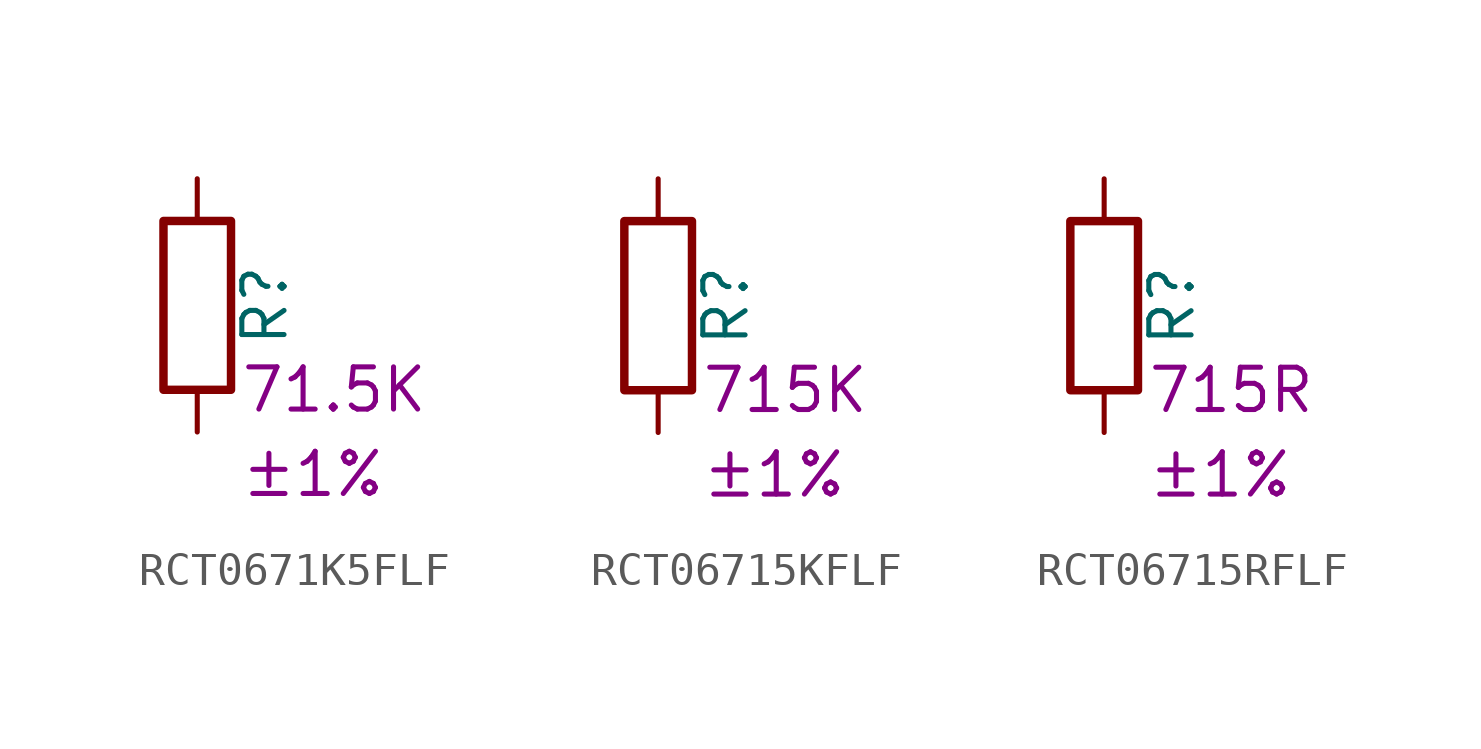
<source format=kicad_sym>
(kicad_symbol_lib
  (version 20220914)
  (generator kicad_symbol_editor)
  (symbol "RCT0671K5FLF"
    (pin_numbers hide)
    (pin_names
      (offset 0))
    (property "Reference" "R"
      (at 2.032 0 90)
      (effects (font (size 1.27 1.27))))
    (property "Resistance" "71.5K"
      (at 1.27 -2.54 0)
      (effects (font (size 1.27 1.27)) (justify left)))
    (property "Tolerance" "±1%"
      (at 1.27 -5.08 0)
      (effects (font (size 1.27 1.27)) (justify left)))
    (symbol "RCT0671K5FLF_0_1"
      (rectangle (start -1.016 -2.54) (end 1.016 2.54) (stroke (width 0.254) (type default)) (fill (type none))))
    (symbol "RCT0671K5FLF_1_1"
      (pin passive line (at 0 3.81 270) (length 1.27) (name "~" (effects (font (size 1.27 1.27)))) (number "1" (effects (font (size 1.27 1.27)))))
      (pin passive line (at 0 -3.81 90) (length 1.27) (name "~" (effects (font (size 1.27 1.27)))) (number "2" (effects (font (size 1.27 1.27)))))))
  (symbol "RCT06715KFLF"
    (pin_numbers hide)
    (pin_names
      (offset 0))
    (property "Reference" "R"
      (at 2.032 0 90)
      (effects (font (size 1.27 1.27))))
    (property "Resistance" "715K"
      (at 1.27 -2.54 0)
      (effects (font (size 1.27 1.27)) (justify left)))
    (property "Tolerance" "±1%"
      (at 1.27 -5.08 0)
      (effects (font (size 1.27 1.27)) (justify left)))
    (symbol "RCT06715KFLF_0_1"
      (rectangle (start -1.016 -2.54) (end 1.016 2.54) (stroke (width 0.254) (type default)) (fill (type none))))
    (symbol "RCT06715KFLF_1_1"
      (pin passive line (at 0 3.81 270) (length 1.27) (name "~" (effects (font (size 1.27 1.27)))) (number "1" (effects (font (size 1.27 1.27)))))
      (pin passive line (at 0 -3.81 90) (length 1.27) (name "~" (effects (font (size 1.27 1.27)))) (number "2" (effects (font (size 1.27 1.27)))))))
  (symbol "RCT06715RFLF"
    (pin_numbers hide)
    (pin_names
      (offset 0))
    (property "Reference" "R"
      (at 2.032 0 90)
      (effects (font (size 1.27 1.27))))
    (property "Resistance" "715R"
      (at 1.27 -2.54 0)
      (effects (font (size 1.27 1.27)) (justify left)))
    (property "Tolerance" "±1%"
      (at 1.27 -5.08 0)
      (effects (font (size 1.27 1.27)) (justify left)))
    (symbol "RCT06715RFLF_0_1"
      (rectangle (start -1.016 -2.54) (end 1.016 2.54) (stroke (width 0.254) (type default)) (fill (type none))))
    (symbol "RCT06715RFLF_1_1"
      (pin passive line (at 0 3.81 270) (length 1.27) (name "~" (effects (font (size 1.27 1.27)))) (number "1" (effects (font (size 1.27 1.27)))))
      (pin passive line (at 0 -3.81 90) (length 1.27) (name "~" (effects (font (size 1.27 1.27)))) (number "2" (effects (font (size 1.27 1.27))))))))
</source>
